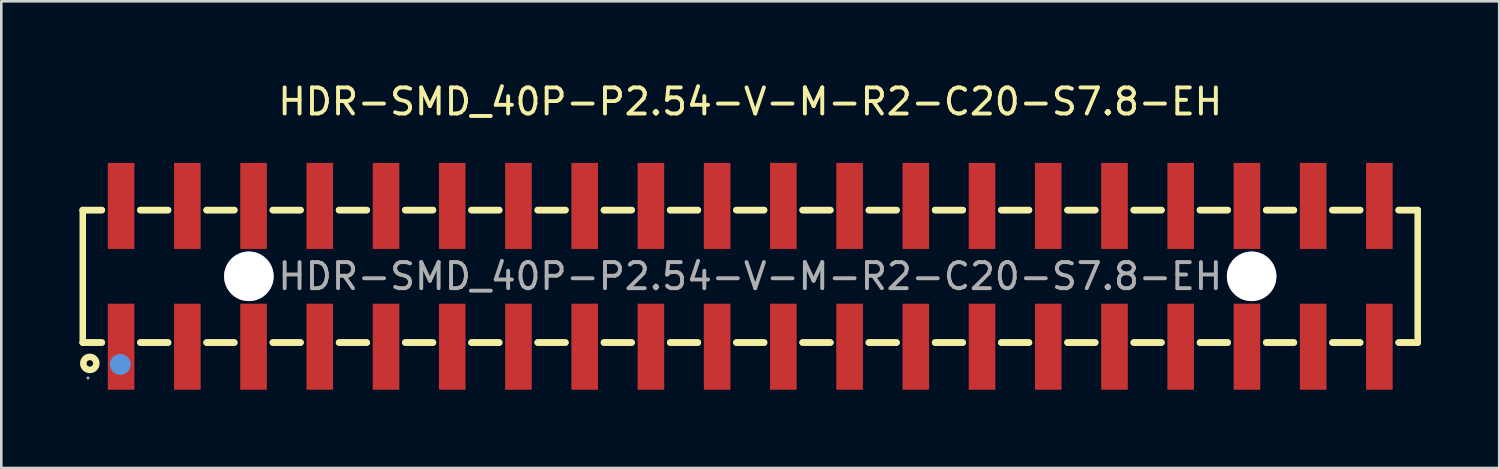
<source format=kicad_pcb>
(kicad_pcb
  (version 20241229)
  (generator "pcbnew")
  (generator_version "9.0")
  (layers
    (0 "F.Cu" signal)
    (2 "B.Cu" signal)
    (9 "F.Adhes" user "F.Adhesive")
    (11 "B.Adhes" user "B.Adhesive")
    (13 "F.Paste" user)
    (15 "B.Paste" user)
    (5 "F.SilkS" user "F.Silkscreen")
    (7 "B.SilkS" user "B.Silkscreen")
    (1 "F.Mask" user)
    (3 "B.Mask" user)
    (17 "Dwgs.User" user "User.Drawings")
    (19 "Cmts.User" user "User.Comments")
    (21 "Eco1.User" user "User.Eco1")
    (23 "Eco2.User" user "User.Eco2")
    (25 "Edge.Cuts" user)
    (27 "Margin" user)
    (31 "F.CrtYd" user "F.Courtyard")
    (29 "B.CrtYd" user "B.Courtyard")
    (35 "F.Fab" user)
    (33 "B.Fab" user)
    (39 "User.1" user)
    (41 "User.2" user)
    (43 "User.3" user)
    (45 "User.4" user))
  (footprint "HDR-SMD_40P-P2.54-V-M-R2-C20-S7.8-EH"
    (layer "F.Cu")
    (at 25.725 7.548)
    (property "Reference" "HDR-SMD_40P-P2.54-V-M-R2-C20-S7.8-EH" (at 0 -6.7 0) (layer "F.SilkS") (effects (font (size 1 1) (thickness 0.15))))
    (attr through_hole)
    (fp_line (start -25.6 -2.54) (end -25.6 2.54) (stroke (width 0.25) (type solid)) (layer "F.SilkS"))
    (fp_line (start -25.6 -2.54) (end -24.87 -2.54) (stroke (width 0.25) (type solid)) (layer "F.SilkS"))
    (fp_line (start -25.6 -2.54) (end -24.87 -2.54) (stroke (width 0.25) (type solid)) (layer "F.SilkS"))
    (fp_line (start -24.87 2.54) (end -25.6 2.54) (stroke (width 0.25) (type solid)) (layer "F.SilkS"))
    (fp_line (start -24.87 2.54) (end -25.6 2.54) (stroke (width 0.25) (type solid)) (layer "F.SilkS"))
    (fp_line (start -23.39 -2.54) (end -22.33 -2.54) (stroke (width 0.25) (type solid)) (layer "F.SilkS"))
    (fp_line (start -23.39 -2.54) (end -22.33 -2.54) (stroke (width 0.25) (type solid)) (layer "F.SilkS"))
    (fp_line (start -22.33 2.54) (end -23.39 2.54) (stroke (width 0.25) (type solid)) (layer "F.SilkS"))
    (fp_line (start -22.33 2.54) (end -23.39 2.54) (stroke (width 0.25) (type solid)) (layer "F.SilkS"))
    (fp_line (start -20.85 -2.54) (end -19.79 -2.54) (stroke (width 0.25) (type solid)) (layer "F.SilkS"))
    (fp_line (start -20.85 -2.54) (end -19.79 -2.54) (stroke (width 0.25) (type solid)) (layer "F.SilkS"))
    (fp_line (start -19.79 2.54) (end -20.85 2.54) (stroke (width 0.25) (type solid)) (layer "F.SilkS"))
    (fp_line (start -19.79 2.54) (end -20.85 2.54) (stroke (width 0.25) (type solid)) (layer "F.SilkS"))
    (fp_line (start -18.31 -2.54) (end -17.25 -2.54) (stroke (width 0.25) (type solid)) (layer "F.SilkS"))
    (fp_line (start -18.31 -2.54) (end -17.25 -2.54) (stroke (width 0.25) (type solid)) (layer "F.SilkS"))
    (fp_line (start -17.25 2.54) (end -18.31 2.54) (stroke (width 0.25) (type solid)) (layer "F.SilkS"))
    (fp_line (start -17.25 2.54) (end -18.31 2.54) (stroke (width 0.25) (type solid)) (layer "F.SilkS"))
    (fp_line (start -15.77 -2.54) (end -14.71 -2.54) (stroke (width 0.25) (type solid)) (layer "F.SilkS"))
    (fp_line (start -15.77 -2.54) (end -14.71 -2.54) (stroke (width 0.25) (type solid)) (layer "F.SilkS"))
    (fp_line (start -14.71 2.54) (end -15.77 2.54) (stroke (width 0.25) (type solid)) (layer "F.SilkS"))
    (fp_line (start -14.71 2.54) (end -15.77 2.54) (stroke (width 0.25) (type solid)) (layer "F.SilkS"))
    (fp_line (start -13.23 -2.54) (end -12.17 -2.54) (stroke (width 0.25) (type solid)) (layer "F.SilkS"))
    (fp_line (start -13.23 -2.54) (end -12.17 -2.54) (stroke (width 0.25) (type solid)) (layer "F.SilkS"))
    (fp_line (start -12.17 2.54) (end -13.23 2.54) (stroke (width 0.25) (type solid)) (layer "F.SilkS"))
    (fp_line (start -12.17 2.54) (end -13.23 2.54) (stroke (width 0.25) (type solid)) (layer "F.SilkS"))
    (fp_line (start -10.69 -2.54) (end -9.63 -2.54) (stroke (width 0.25) (type solid)) (layer "F.SilkS"))
    (fp_line (start -10.69 -2.54) (end -9.63 -2.54) (stroke (width 0.25) (type solid)) (layer "F.SilkS"))
    (fp_line (start -9.63 2.54) (end -10.69 2.54) (stroke (width 0.25) (type solid)) (layer "F.SilkS"))
    (fp_line (start -9.63 2.54) (end -10.69 2.54) (stroke (width 0.25) (type solid)) (layer "F.SilkS"))
    (fp_line (start -8.15 -2.54) (end -7.09 -2.54) (stroke (width 0.25) (type solid)) (layer "F.SilkS"))
    (fp_line (start -8.15 -2.54) (end -7.09 -2.54) (stroke (width 0.25) (type solid)) (layer "F.SilkS"))
    (fp_line (start -7.09 2.54) (end -8.15 2.54) (stroke (width 0.25) (type solid)) (layer "F.SilkS"))
    (fp_line (start -7.09 2.54) (end -8.15 2.54) (stroke (width 0.25) (type solid)) (layer "F.SilkS"))
    (fp_line (start -5.61 -2.54) (end -4.55 -2.54) (stroke (width 0.25) (type solid)) (layer "F.SilkS"))
    (fp_line (start -5.61 -2.54) (end -4.55 -2.54) (stroke (width 0.25) (type solid)) (layer "F.SilkS"))
    (fp_line (start -4.55 2.54) (end -5.61 2.54) (stroke (width 0.25) (type solid)) (layer "F.SilkS"))
    (fp_line (start -4.55 2.54) (end -5.61 2.54) (stroke (width 0.25) (type solid)) (layer "F.SilkS"))
    (fp_line (start -3.07 -2.54) (end -2.01 -2.54) (stroke (width 0.25) (type solid)) (layer "F.SilkS"))
    (fp_line (start -3.07 -2.54) (end -2.01 -2.54) (stroke (width 0.25) (type solid)) (layer "F.SilkS"))
    (fp_line (start -2.01 2.54) (end -3.07 2.54) (stroke (width 0.25) (type solid)) (layer "F.SilkS"))
    (fp_line (start -2.01 2.54) (end -3.07 2.54) (stroke (width 0.25) (type solid)) (layer "F.SilkS"))
    (fp_line (start -0.53 -2.54) (end 0.53 -2.54) (stroke (width 0.25) (type solid)) (layer "F.SilkS"))
    (fp_line (start -0.53 -2.54) (end 0.53 -2.54) (stroke (width 0.25) (type solid)) (layer "F.SilkS"))
    (fp_line (start 0.53 2.54) (end -0.53 2.54) (stroke (width 0.25) (type solid)) (layer "F.SilkS"))
    (fp_line (start 0.53 2.54) (end -0.53 2.54) (stroke (width 0.25) (type solid)) (layer "F.SilkS"))
    (fp_line (start 2.01 -2.54) (end 3.07 -2.54) (stroke (width 0.25) (type solid)) (layer "F.SilkS"))
    (fp_line (start 2.01 -2.54) (end 3.07 -2.54) (stroke (width 0.25) (type solid)) (layer "F.SilkS"))
    (fp_line (start 3.07 2.54) (end 2.01 2.54) (stroke (width 0.25) (type solid)) (layer "F.SilkS"))
    (fp_line (start 3.07 2.54) (end 2.01 2.54) (stroke (width 0.25) (type solid)) (layer "F.SilkS"))
    (fp_line (start 4.55 -2.54) (end 5.61 -2.54) (stroke (width 0.25) (type solid)) (layer "F.SilkS"))
    (fp_line (start 4.55 -2.54) (end 5.61 -2.54) (stroke (width 0.25) (type solid)) (layer "F.SilkS"))
    (fp_line (start 5.61 2.54) (end 4.55 2.54) (stroke (width 0.25) (type solid)) (layer "F.SilkS"))
    (fp_line (start 5.61 2.54) (end 4.55 2.54) (stroke (width 0.25) (type solid)) (layer "F.SilkS"))
    (fp_line (start 7.09 -2.54) (end 8.15 -2.54) (stroke (width 0.25) (type solid)) (layer "F.SilkS"))
    (fp_line (start 7.09 -2.54) (end 8.15 -2.54) (stroke (width 0.25) (type solid)) (layer "F.SilkS"))
    (fp_line (start 8.15 2.54) (end 7.09 2.54) (stroke (width 0.25) (type solid)) (layer "F.SilkS"))
    (fp_line (start 8.15 2.54) (end 7.09 2.54) (stroke (width 0.25) (type solid)) (layer "F.SilkS"))
    (fp_line (start 9.63 -2.54) (end 10.69 -2.54) (stroke (width 0.25) (type solid)) (layer "F.SilkS"))
    (fp_line (start 9.63 -2.54) (end 10.69 -2.54) (stroke (width 0.25) (type solid)) (layer "F.SilkS"))
    (fp_line (start 10.69 2.54) (end 9.63 2.54) (stroke (width 0.25) (type solid)) (layer "F.SilkS"))
    (fp_line (start 10.69 2.54) (end 9.63 2.54) (stroke (width 0.25) (type solid)) (layer "F.SilkS"))
    (fp_line (start 12.17 -2.54) (end 13.23 -2.54) (stroke (width 0.25) (type solid)) (layer "F.SilkS"))
    (fp_line (start 12.17 -2.54) (end 13.23 -2.54) (stroke (width 0.25) (type solid)) (layer "F.SilkS"))
    (fp_line (start 13.23 2.54) (end 12.17 2.54) (stroke (width 0.25) (type solid)) (layer "F.SilkS"))
    (fp_line (start 13.23 2.54) (end 12.17 2.54) (stroke (width 0.25) (type solid)) (layer "F.SilkS"))
    (fp_line (start 14.71 -2.54) (end 15.77 -2.54) (stroke (width 0.25) (type solid)) (layer "F.SilkS"))
    (fp_line (start 14.71 -2.54) (end 15.77 -2.54) (stroke (width 0.25) (type solid)) (layer "F.SilkS"))
    (fp_line (start 15.77 2.54) (end 14.71 2.54) (stroke (width 0.25) (type solid)) (layer "F.SilkS"))
    (fp_line (start 15.77 2.54) (end 14.71 2.54) (stroke (width 0.25) (type solid)) (layer "F.SilkS"))
    (fp_line (start 17.25 -2.54) (end 18.31 -2.54) (stroke (width 0.25) (type solid)) (layer "F.SilkS"))
    (fp_line (start 17.25 -2.54) (end 18.31 -2.54) (stroke (width 0.25) (type solid)) (layer "F.SilkS"))
    (fp_line (start 18.31 2.54) (end 17.25 2.54) (stroke (width 0.25) (type solid)) (layer "F.SilkS"))
    (fp_line (start 18.31 2.54) (end 17.25 2.54) (stroke (width 0.25) (type solid)) (layer "F.SilkS"))
    (fp_line (start 19.79 -2.54) (end 20.85 -2.54) (stroke (width 0.25) (type solid)) (layer "F.SilkS"))
    (fp_line (start 19.79 -2.54) (end 20.85 -2.54) (stroke (width 0.25) (type solid)) (layer "F.SilkS"))
    (fp_line (start 20.85 2.54) (end 19.79 2.54) (stroke (width 0.25) (type solid)) (layer "F.SilkS"))
    (fp_line (start 20.85 2.54) (end 19.79 2.54) (stroke (width 0.25) (type solid)) (layer "F.SilkS"))
    (fp_line (start 22.33 -2.54) (end 23.39 -2.54) (stroke (width 0.25) (type solid)) (layer "F.SilkS"))
    (fp_line (start 22.33 -2.54) (end 23.39 -2.54) (stroke (width 0.25) (type solid)) (layer "F.SilkS"))
    (fp_line (start 23.39 2.54) (end 22.33 2.54) (stroke (width 0.25) (type solid)) (layer "F.SilkS"))
    (fp_line (start 23.39 2.54) (end 22.33 2.54) (stroke (width 0.25) (type solid)) (layer "F.SilkS"))
    (fp_line (start 24.87 -2.54) (end 25.6 -2.54) (stroke (width 0.25) (type solid)) (layer "F.SilkS"))
    (fp_line (start 24.87 -2.54) (end 25.6 -2.54) (stroke (width 0.25) (type solid)) (layer "F.SilkS"))
    (fp_line (start 25.6 -2.54) (end 25.6 2.54) (stroke (width 0.25) (type solid)) (layer "F.SilkS"))
    (fp_line (start 25.6 2.54) (end 24.87 2.54) (stroke (width 0.25) (type solid)) (layer "F.SilkS"))
    (fp_line (start 25.6 2.54) (end 24.87 2.54) (stroke (width 0.25) (type solid)) (layer "F.SilkS"))
    (fp_circle (center -25.33 3.34) (end -25.08 3.34) (stroke (width 0.25) (type solid)) (fill no) (layer "F.SilkS"))
    (fp_circle (center -24.16 3.38) (end -23.96 3.38) (stroke (width 0.4) (type solid)) (fill no) (layer "Cmts.User"))
    (fp_circle (center -19.23 0) (end -18.85 0) (stroke (width 0.75) (type solid)) (fill no) (layer "Cmts.User"))
    (fp_circle (center 19.23 0) (end 19.61 0) (stroke (width 0.75) (type solid)) (fill no) (layer "Cmts.User"))
    (fp_circle (center -25.4 3.9) (end -25.37 3.9) (stroke (width 0.06) (type solid)) (fill no) (layer "F.Fab"))
    (fp_text user "${REFERENCE}" (at 0 0 0) (layer "F.Fab") (effects (font (size 1 1) (thickness 0.15))))
    (pad "" thru_hole circle (at -19.23 0) (size 1.9 1.9) (drill 1.9) (layers "*.Cu" "*.Mask"))
    (pad "" thru_hole circle (at 19.23 0) (size 1.9 1.9) (drill 1.9) (layers "*.Cu" "*.Mask"))
    (pad "1" smd rect (at -24.13 2.7) (size 1.02 3.3) (layers "F.Cu" "F.Mask" "F.Paste"))
    (pad "2" smd rect (at -24.13 -2.7) (size 1.02 3.3) (layers "F.Cu" "F.Mask" "F.Paste"))
    (pad "3" smd rect (at -21.59 2.7) (size 1.02 3.3) (layers "F.Cu" "F.Mask" "F.Paste"))
    (pad "4" smd rect (at -21.59 -2.7) (size 1.02 3.3) (layers "F.Cu" "F.Mask" "F.Paste"))
    (pad "5" smd rect (at -19.05 2.7 180) (size 1.02 3.3) (layers "F.Cu" "F.Mask" "F.Paste"))
    (pad "6" smd rect (at -19.05 -2.7 180) (size 1.02 3.3) (layers "F.Cu" "F.Mask" "F.Paste"))
    (pad "7" smd rect (at -16.51 2.7 180) (size 1.02 3.3) (layers "F.Cu" "F.Mask" "F.Paste"))
    (pad "8" smd rect (at -16.51 -2.7 180) (size 1.02 3.3) (layers "F.Cu" "F.Mask" "F.Paste"))
    (pad "9" smd rect (at -13.97 2.7 180) (size 1.02 3.3) (layers "F.Cu" "F.Mask" "F.Paste"))
    (pad "10" smd rect (at -13.97 -2.7 180) (size 1.02 3.3) (layers "F.Cu" "F.Mask" "F.Paste"))
    (pad "11" smd rect (at -11.43 2.7 180) (size 1.02 3.3) (layers "F.Cu" "F.Mask" "F.Paste"))
    (pad "12" smd rect (at -11.43 -2.7 180) (size 1.02 3.3) (layers "F.Cu" "F.Mask" "F.Paste"))
    (pad "13" smd rect (at -8.89 2.7 180) (size 1.02 3.3) (layers "F.Cu" "F.Mask" "F.Paste"))
    (pad "14" smd rect (at -8.89 -2.7 180) (size 1.02 3.3) (layers "F.Cu" "F.Mask" "F.Paste"))
    (pad "15" smd rect (at -6.35 2.7 180) (size 1.02 3.3) (layers "F.Cu" "F.Mask" "F.Paste"))
    (pad "16" smd rect (at -6.35 -2.7 180) (size 1.02 3.3) (layers "F.Cu" "F.Mask" "F.Paste"))
    (pad "17" smd rect (at -3.81 2.7 180) (size 1.02 3.3) (layers "F.Cu" "F.Mask" "F.Paste"))
    (pad "18" smd rect (at -3.81 -2.7 180) (size 1.02 3.3) (layers "F.Cu" "F.Mask" "F.Paste"))
    (pad "19" smd rect (at -1.27 2.7 180) (size 1.02 3.3) (layers "F.Cu" "F.Mask" "F.Paste"))
    (pad "20" smd rect (at -1.27 -2.7 180) (size 1.02 3.3) (layers "F.Cu" "F.Mask" "F.Paste"))
    (pad "21" smd rect (at 1.27 2.7 180) (size 1.02 3.3) (layers "F.Cu" "F.Mask" "F.Paste"))
    (pad "22" smd rect (at 1.27 -2.7 180) (size 1.02 3.3) (layers "F.Cu" "F.Mask" "F.Paste"))
    (pad "23" smd rect (at 3.81 2.7 180) (size 1.02 3.3) (layers "F.Cu" "F.Mask" "F.Paste"))
    (pad "24" smd rect (at 3.81 -2.7 180) (size 1.02 3.3) (layers "F.Cu" "F.Mask" "F.Paste"))
    (pad "25" smd rect (at 6.35 2.7 180) (size 1.02 3.3) (layers "F.Cu" "F.Mask" "F.Paste"))
    (pad "26" smd rect (at 6.35 -2.7 180) (size 1.02 3.3) (layers "F.Cu" "F.Mask" "F.Paste"))
    (pad "27" smd rect (at 8.89 2.7 180) (size 1.02 3.3) (layers "F.Cu" "F.Mask" "F.Paste"))
    (pad "28" smd rect (at 8.89 -2.7 180) (size 1.02 3.3) (layers "F.Cu" "F.Mask" "F.Paste"))
    (pad "29" smd rect (at 11.43 2.7 180) (size 1.02 3.3) (layers "F.Cu" "F.Mask" "F.Paste"))
    (pad "30" smd rect (at 11.43 -2.7 180) (size 1.02 3.3) (layers "F.Cu" "F.Mask" "F.Paste"))
    (pad "31" smd rect (at 13.97 2.7 180) (size 1.02 3.3) (layers "F.Cu" "F.Mask" "F.Paste"))
    (pad "32" smd rect (at 13.97 -2.7 180) (size 1.02 3.3) (layers "F.Cu" "F.Mask" "F.Paste"))
    (pad "33" smd rect (at 16.51 2.7 180) (size 1.02 3.3) (layers "F.Cu" "F.Mask" "F.Paste"))
    (pad "34" smd rect (at 16.51 -2.7 180) (size 1.02 3.3) (layers "F.Cu" "F.Mask" "F.Paste"))
    (pad "35" smd rect (at 19.05 2.7 180) (size 1.02 3.3) (layers "F.Cu" "F.Mask" "F.Paste"))
    (pad "36" smd rect (at 19.05 -2.7 180) (size 1.02 3.3) (layers "F.Cu" "F.Mask" "F.Paste"))
    (pad "37" smd rect (at 21.59 2.7 180) (size 1.02 3.3) (layers "F.Cu" "F.Mask" "F.Paste"))
    (pad "38" smd rect (at 21.59 -2.7 180) (size 1.02 3.3) (layers "F.Cu" "F.Mask" "F.Paste"))
    (pad "39" smd rect (at 24.13 2.7 180) (size 1.02 3.3) (layers "F.Cu" "F.Mask" "F.Paste"))
    (pad "40" smd rect (at 24.13 -2.7 180) (size 1.02 3.3) (layers "F.Cu" "F.Mask" "F.Paste")))
  (gr_rect
    (start -3 -3)
    (end 54.45 14.898)
    (stroke (width 0.1) (type default))
    (fill no)
    (layer "Edge.Cuts")))
</source>
